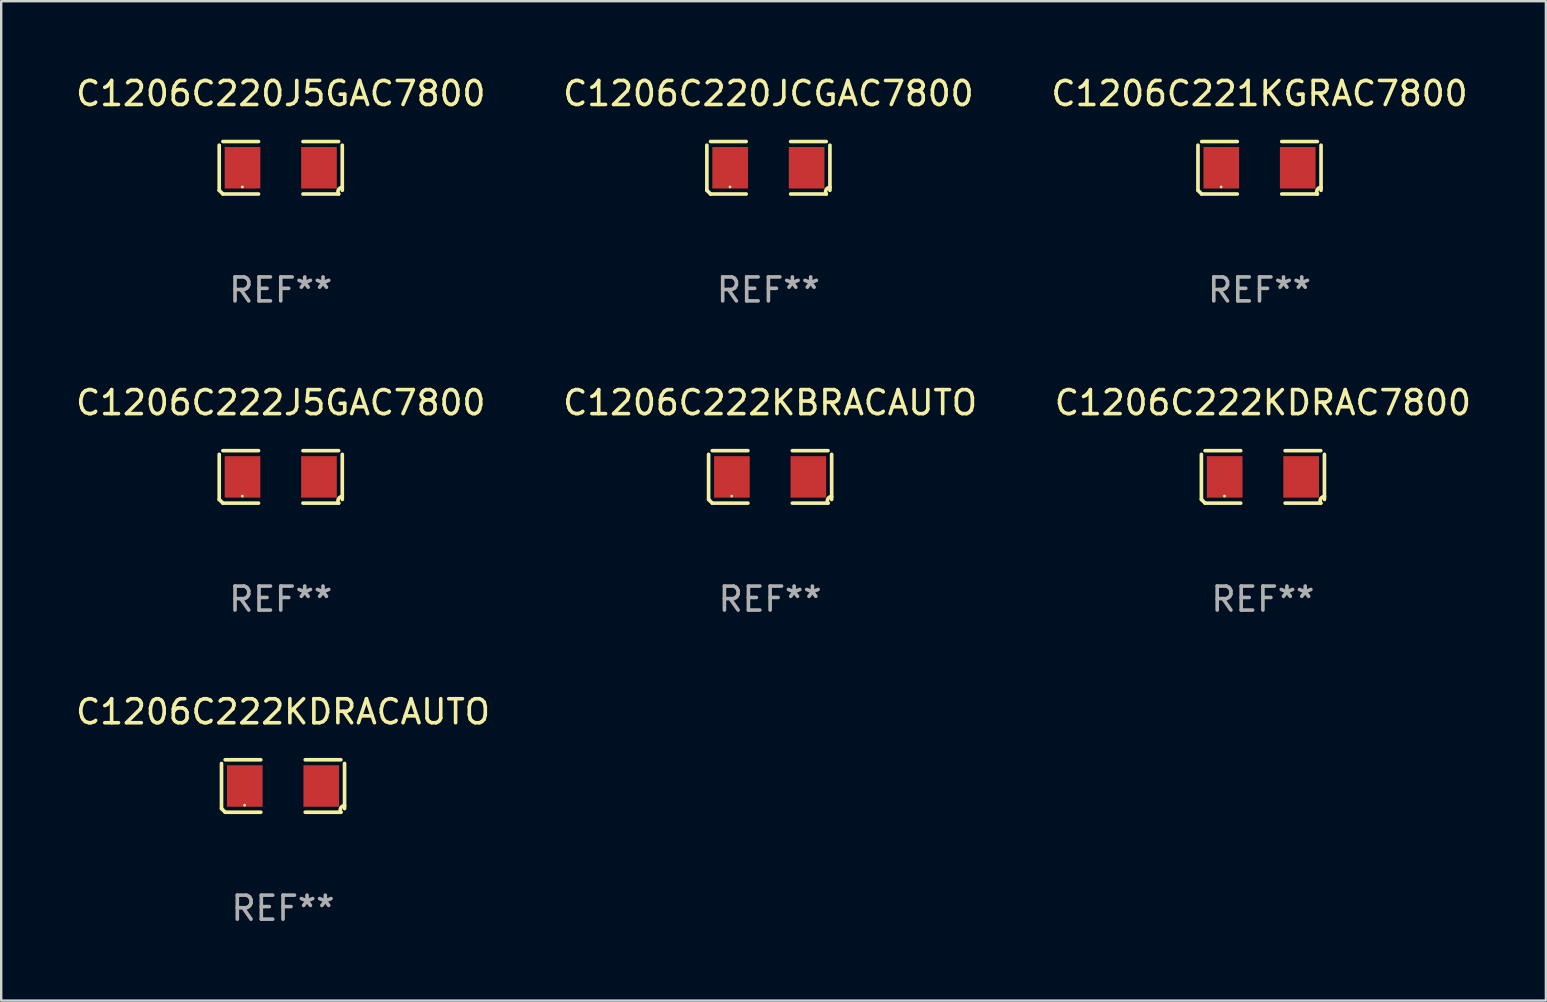
<source format=kicad_pcb>
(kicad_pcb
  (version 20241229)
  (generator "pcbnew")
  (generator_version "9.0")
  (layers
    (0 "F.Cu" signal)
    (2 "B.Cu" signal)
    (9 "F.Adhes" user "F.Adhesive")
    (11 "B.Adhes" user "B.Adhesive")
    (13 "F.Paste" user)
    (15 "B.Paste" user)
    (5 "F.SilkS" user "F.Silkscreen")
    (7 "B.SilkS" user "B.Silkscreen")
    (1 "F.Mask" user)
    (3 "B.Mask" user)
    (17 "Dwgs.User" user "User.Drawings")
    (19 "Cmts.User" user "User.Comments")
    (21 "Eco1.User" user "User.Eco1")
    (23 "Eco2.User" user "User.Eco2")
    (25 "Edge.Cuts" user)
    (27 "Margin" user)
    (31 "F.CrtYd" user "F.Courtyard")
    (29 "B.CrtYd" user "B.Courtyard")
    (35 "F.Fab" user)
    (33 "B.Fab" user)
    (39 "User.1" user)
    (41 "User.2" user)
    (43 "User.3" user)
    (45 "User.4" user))
  (footprint "C1206C222J5GAC7800"
    (layer "F.Cu")
    (at 8.649 16.823)
    (property "Reference" "C1206C222J5GAC7800" (at 0 -3.093 0) (layer "F.SilkS") (effects (font (size 1 1) (thickness 0.15))))
    (attr through_hole)
    (fp_line (start -2.564 0.94) (end -2.564 -0.94) (stroke (width 0.152) (type solid)) (layer "F.SilkS"))
    (fp_line (start -2.411 -1.093) (end -0.926 -1.093) (stroke (width 0.152) (type solid)) (layer "F.SilkS"))
    (fp_line (start -0.926 1.093) (end -2.411 1.093) (stroke (width 0.152) (type solid)) (layer "F.SilkS"))
    (fp_line (start 0.926 1.093) (end 2.411 1.093) (stroke (width 0.152) (type solid)) (layer "F.SilkS"))
    (fp_line (start 2.411 -1.093) (end 0.926 -1.093) (stroke (width 0.152) (type solid)) (layer "F.SilkS"))
    (fp_line (start 2.564 0.94) (end 2.564 -0.94) (stroke (width 0.152) (type solid)) (layer "F.SilkS"))
    (fp_arc (start -2.411201 1.092609) (mid -2.487413 1.01642) (end -2.563602 0.940208) (stroke (width 0.1524) (type solid)) (layer "F.SilkS"))
    (fp_arc (start 2.411201 1.092609) (mid 2.407159 0.911226) (end 2.563602 0.819347) (stroke (width 0.1524) (type solid)) (layer "F.SilkS"))
    (fp_circle (center -1.6 0.8) (end -1.57 0.8) (stroke (width 0.06) (type solid)) (fill no) (layer "F.SilkS"))
    (fp_text user "REF**" (at 0 5.093 0) (layer "F.Fab") (effects (font (size 1 1) (thickness 0.15))))
    (pad "1" smd rect (at -1.593 0) (size 1.485 1.728) (layers "F.Cu" "F.Mask" "F.Paste"))
    (pad "2" smd rect (at 1.593 0) (size 1.485 1.728) (layers "F.Cu" "F.Mask" "F.Paste")))
  (footprint "C1206C222KBRACAUTO"
    (layer "F.Cu")
    (at 29.042 16.823)
    (property "Reference" "C1206C222KBRACAUTO" (at 0 -3.093 0) (layer "F.SilkS") (effects (font (size 1 1) (thickness 0.15))))
    (attr through_hole)
    (fp_line (start -2.564 0.94) (end -2.564 -0.94) (stroke (width 0.152) (type solid)) (layer "F.SilkS"))
    (fp_line (start -2.411 -1.093) (end -0.926 -1.093) (stroke (width 0.152) (type solid)) (layer "F.SilkS"))
    (fp_line (start -0.926 1.093) (end -2.411 1.093) (stroke (width 0.152) (type solid)) (layer "F.SilkS"))
    (fp_line (start 0.926 1.093) (end 2.411 1.093) (stroke (width 0.152) (type solid)) (layer "F.SilkS"))
    (fp_line (start 2.411 -1.093) (end 0.926 -1.093) (stroke (width 0.152) (type solid)) (layer "F.SilkS"))
    (fp_line (start 2.564 0.94) (end 2.564 -0.94) (stroke (width 0.152) (type solid)) (layer "F.SilkS"))
    (fp_arc (start -2.411201 1.092609) (mid -2.487413 1.01642) (end -2.563602 0.940208) (stroke (width 0.1524) (type solid)) (layer "F.SilkS"))
    (fp_arc (start 2.411201 1.092609) (mid 2.407159 0.911226) (end 2.563602 0.819347) (stroke (width 0.1524) (type solid)) (layer "F.SilkS"))
    (fp_circle (center -1.6 0.8) (end -1.57 0.8) (stroke (width 0.06) (type solid)) (fill no) (layer "F.SilkS"))
    (fp_text user "REF**" (at 0 5.093 0) (layer "F.Fab") (effects (font (size 1 1) (thickness 0.15))))
    (pad "1" smd rect (at -1.593 0) (size 1.485 1.728) (layers "F.Cu" "F.Mask" "F.Paste"))
    (pad "2" smd rect (at 1.593 0) (size 1.485 1.728) (layers "F.Cu" "F.Mask" "F.Paste")))
  (footprint "C1206C221KGRAC7800"
    (layer "F.Cu")
    (at 49.435 3.941)
    (property "Reference" "C1206C221KGRAC7800" (at 0 -3.093 0) (layer "F.SilkS") (effects (font (size 1 1) (thickness 0.15))))
    (attr through_hole)
    (fp_line (start -2.564 0.94) (end -2.564 -0.94) (stroke (width 0.152) (type solid)) (layer "F.SilkS"))
    (fp_line (start -2.411 -1.093) (end -0.926 -1.093) (stroke (width 0.152) (type solid)) (layer "F.SilkS"))
    (fp_line (start -0.926 1.093) (end -2.411 1.093) (stroke (width 0.152) (type solid)) (layer "F.SilkS"))
    (fp_line (start 0.926 1.093) (end 2.411 1.093) (stroke (width 0.152) (type solid)) (layer "F.SilkS"))
    (fp_line (start 2.411 -1.093) (end 0.926 -1.093) (stroke (width 0.152) (type solid)) (layer "F.SilkS"))
    (fp_line (start 2.564 0.94) (end 2.564 -0.94) (stroke (width 0.152) (type solid)) (layer "F.SilkS"))
    (fp_arc (start -2.411201 1.092609) (mid -2.487413 1.01642) (end -2.563602 0.940208) (stroke (width 0.1524) (type solid)) (layer "F.SilkS"))
    (fp_arc (start 2.411201 1.092609) (mid 2.407159 0.911226) (end 2.563602 0.819347) (stroke (width 0.1524) (type solid)) (layer "F.SilkS"))
    (fp_circle (center -1.6 0.8) (end -1.57 0.8) (stroke (width 0.06) (type solid)) (fill no) (layer "F.SilkS"))
    (fp_text user "REF**" (at 0 5.093 0) (layer "F.Fab") (effects (font (size 1 1) (thickness 0.15))))
    (pad "1" smd rect (at -1.593 0) (size 1.485 1.728) (layers "F.Cu" "F.Mask" "F.Paste"))
    (pad "2" smd rect (at 1.593 0) (size 1.485 1.728) (layers "F.Cu" "F.Mask" "F.Paste")))
  (footprint "C1206C220JCGAC7800"
    (layer "F.Cu")
    (at 28.97 3.941)
    (property "Reference" "C1206C220JCGAC7800" (at 0 -3.093 0) (layer "F.SilkS") (effects (font (size 1 1) (thickness 0.15))))
    (attr through_hole)
    (fp_line (start -2.564 0.94) (end -2.564 -0.94) (stroke (width 0.152) (type solid)) (layer "F.SilkS"))
    (fp_line (start -2.411 -1.093) (end -0.926 -1.093) (stroke (width 0.152) (type solid)) (layer "F.SilkS"))
    (fp_line (start -0.926 1.093) (end -2.411 1.093) (stroke (width 0.152) (type solid)) (layer "F.SilkS"))
    (fp_line (start 0.926 1.093) (end 2.411 1.093) (stroke (width 0.152) (type solid)) (layer "F.SilkS"))
    (fp_line (start 2.411 -1.093) (end 0.926 -1.093) (stroke (width 0.152) (type solid)) (layer "F.SilkS"))
    (fp_line (start 2.564 0.94) (end 2.564 -0.94) (stroke (width 0.152) (type solid)) (layer "F.SilkS"))
    (fp_arc (start -2.411201 1.092609) (mid -2.487413 1.01642) (end -2.563602 0.940208) (stroke (width 0.1524) (type solid)) (layer "F.SilkS"))
    (fp_arc (start 2.411201 1.092609) (mid 2.407159 0.911226) (end 2.563602 0.819347) (stroke (width 0.1524) (type solid)) (layer "F.SilkS"))
    (fp_circle (center -1.6 0.8) (end -1.57 0.8) (stroke (width 0.06) (type solid)) (fill no) (layer "F.SilkS"))
    (fp_text user "REF**" (at 0 5.093 0) (layer "F.Fab") (effects (font (size 1 1) (thickness 0.15))))
    (pad "1" smd rect (at -1.593 0) (size 1.485 1.728) (layers "F.Cu" "F.Mask" "F.Paste"))
    (pad "2" smd rect (at 1.593 0) (size 1.485 1.728) (layers "F.Cu" "F.Mask" "F.Paste")))
  (footprint "C1206C222KDRACAUTO"
    (layer "F.Cu")
    (at 8.744 29.704)
    (property "Reference" "C1206C222KDRACAUTO" (at 0 -3.093 0) (layer "F.SilkS") (effects (font (size 1 1) (thickness 0.15))))
    (attr through_hole)
    (fp_line (start -2.564 0.94) (end -2.564 -0.94) (stroke (width 0.152) (type solid)) (layer "F.SilkS"))
    (fp_line (start -2.411 -1.093) (end -0.926 -1.093) (stroke (width 0.152) (type solid)) (layer "F.SilkS"))
    (fp_line (start -0.926 1.093) (end -2.411 1.093) (stroke (width 0.152) (type solid)) (layer "F.SilkS"))
    (fp_line (start 0.926 1.093) (end 2.411 1.093) (stroke (width 0.152) (type solid)) (layer "F.SilkS"))
    (fp_line (start 2.411 -1.093) (end 0.926 -1.093) (stroke (width 0.152) (type solid)) (layer "F.SilkS"))
    (fp_line (start 2.564 0.94) (end 2.564 -0.94) (stroke (width 0.152) (type solid)) (layer "F.SilkS"))
    (fp_arc (start -2.411201 1.092609) (mid -2.487413 1.01642) (end -2.563602 0.940208) (stroke (width 0.1524) (type solid)) (layer "F.SilkS"))
    (fp_arc (start 2.411201 1.092609) (mid 2.407159 0.911226) (end 2.563602 0.819347) (stroke (width 0.1524) (type solid)) (layer "F.SilkS"))
    (fp_circle (center -1.6 0.8) (end -1.57 0.8) (stroke (width 0.06) (type solid)) (fill no) (layer "F.SilkS"))
    (fp_text user "REF**" (at 0 5.093 0) (layer "F.Fab") (effects (font (size 1 1) (thickness 0.15))))
    (pad "1" smd rect (at -1.593 0) (size 1.485 1.728) (layers "F.Cu" "F.Mask" "F.Paste"))
    (pad "2" smd rect (at 1.593 0) (size 1.485 1.728) (layers "F.Cu" "F.Mask" "F.Paste")))
  (footprint "C1206C222KDRAC7800"
    (layer "F.Cu")
    (at 49.577 16.823)
    (property "Reference" "C1206C222KDRAC7800" (at 0 -3.093 0) (layer "F.SilkS") (effects (font (size 1 1) (thickness 0.15))))
    (attr through_hole)
    (fp_line (start -2.564 0.94) (end -2.564 -0.94) (stroke (width 0.152) (type solid)) (layer "F.SilkS"))
    (fp_line (start -2.411 -1.093) (end -0.926 -1.093) (stroke (width 0.152) (type solid)) (layer "F.SilkS"))
    (fp_line (start -0.926 1.093) (end -2.411 1.093) (stroke (width 0.152) (type solid)) (layer "F.SilkS"))
    (fp_line (start 0.926 1.093) (end 2.411 1.093) (stroke (width 0.152) (type solid)) (layer "F.SilkS"))
    (fp_line (start 2.411 -1.093) (end 0.926 -1.093) (stroke (width 0.152) (type solid)) (layer "F.SilkS"))
    (fp_line (start 2.564 0.94) (end 2.564 -0.94) (stroke (width 0.152) (type solid)) (layer "F.SilkS"))
    (fp_arc (start -2.411201 1.092609) (mid -2.487413 1.01642) (end -2.563602 0.940208) (stroke (width 0.1524) (type solid)) (layer "F.SilkS"))
    (fp_arc (start 2.411201 1.092609) (mid 2.407159 0.911226) (end 2.563602 0.819347) (stroke (width 0.1524) (type solid)) (layer "F.SilkS"))
    (fp_circle (center -1.6 0.8) (end -1.57 0.8) (stroke (width 0.06) (type solid)) (fill no) (layer "F.SilkS"))
    (fp_text user "REF**" (at 0 5.093 0) (layer "F.Fab") (effects (font (size 1 1) (thickness 0.15))))
    (pad "1" smd rect (at -1.593 0) (size 1.485 1.728) (layers "F.Cu" "F.Mask" "F.Paste"))
    (pad "2" smd rect (at 1.593 0) (size 1.485 1.728) (layers "F.Cu" "F.Mask" "F.Paste")))
  (footprint "C1206C220J5GAC7800"
    (layer "F.Cu")
    (at 8.649 3.941)
    (property "Reference" "C1206C220J5GAC7800" (at 0 -3.093 0) (layer "F.SilkS") (effects (font (size 1 1) (thickness 0.15))))
    (attr through_hole)
    (fp_line (start -2.564 0.94) (end -2.564 -0.94) (stroke (width 0.152) (type solid)) (layer "F.SilkS"))
    (fp_line (start -2.411 -1.093) (end -0.926 -1.093) (stroke (width 0.152) (type solid)) (layer "F.SilkS"))
    (fp_line (start -0.926 1.093) (end -2.411 1.093) (stroke (width 0.152) (type solid)) (layer "F.SilkS"))
    (fp_line (start 0.926 1.093) (end 2.411 1.093) (stroke (width 0.152) (type solid)) (layer "F.SilkS"))
    (fp_line (start 2.411 -1.093) (end 0.926 -1.093) (stroke (width 0.152) (type solid)) (layer "F.SilkS"))
    (fp_line (start 2.564 0.94) (end 2.564 -0.94) (stroke (width 0.152) (type solid)) (layer "F.SilkS"))
    (fp_arc (start -2.411201 1.092609) (mid -2.487413 1.01642) (end -2.563602 0.940208) (stroke (width 0.1524) (type solid)) (layer "F.SilkS"))
    (fp_arc (start 2.411201 1.092609) (mid 2.407159 0.911226) (end 2.563602 0.819347) (stroke (width 0.1524) (type solid)) (layer "F.SilkS"))
    (fp_circle (center -1.6 0.8) (end -1.57 0.8) (stroke (width 0.06) (type solid)) (fill no) (layer "F.SilkS"))
    (fp_text user "REF**" (at 0 5.093 0) (layer "F.Fab") (effects (font (size 1 1) (thickness 0.15))))
    (pad "1" smd rect (at -1.593 0) (size 1.485 1.728) (layers "F.Cu" "F.Mask" "F.Paste"))
    (pad "2" smd rect (at 1.593 0) (size 1.485 1.728) (layers "F.Cu" "F.Mask" "F.Paste")))
  (gr_rect
    (start -3 -3)
    (end 61.369 38.645)
    (stroke (width 0.1) (type default))
    (fill no)
    (layer "Edge.Cuts")))
</source>
